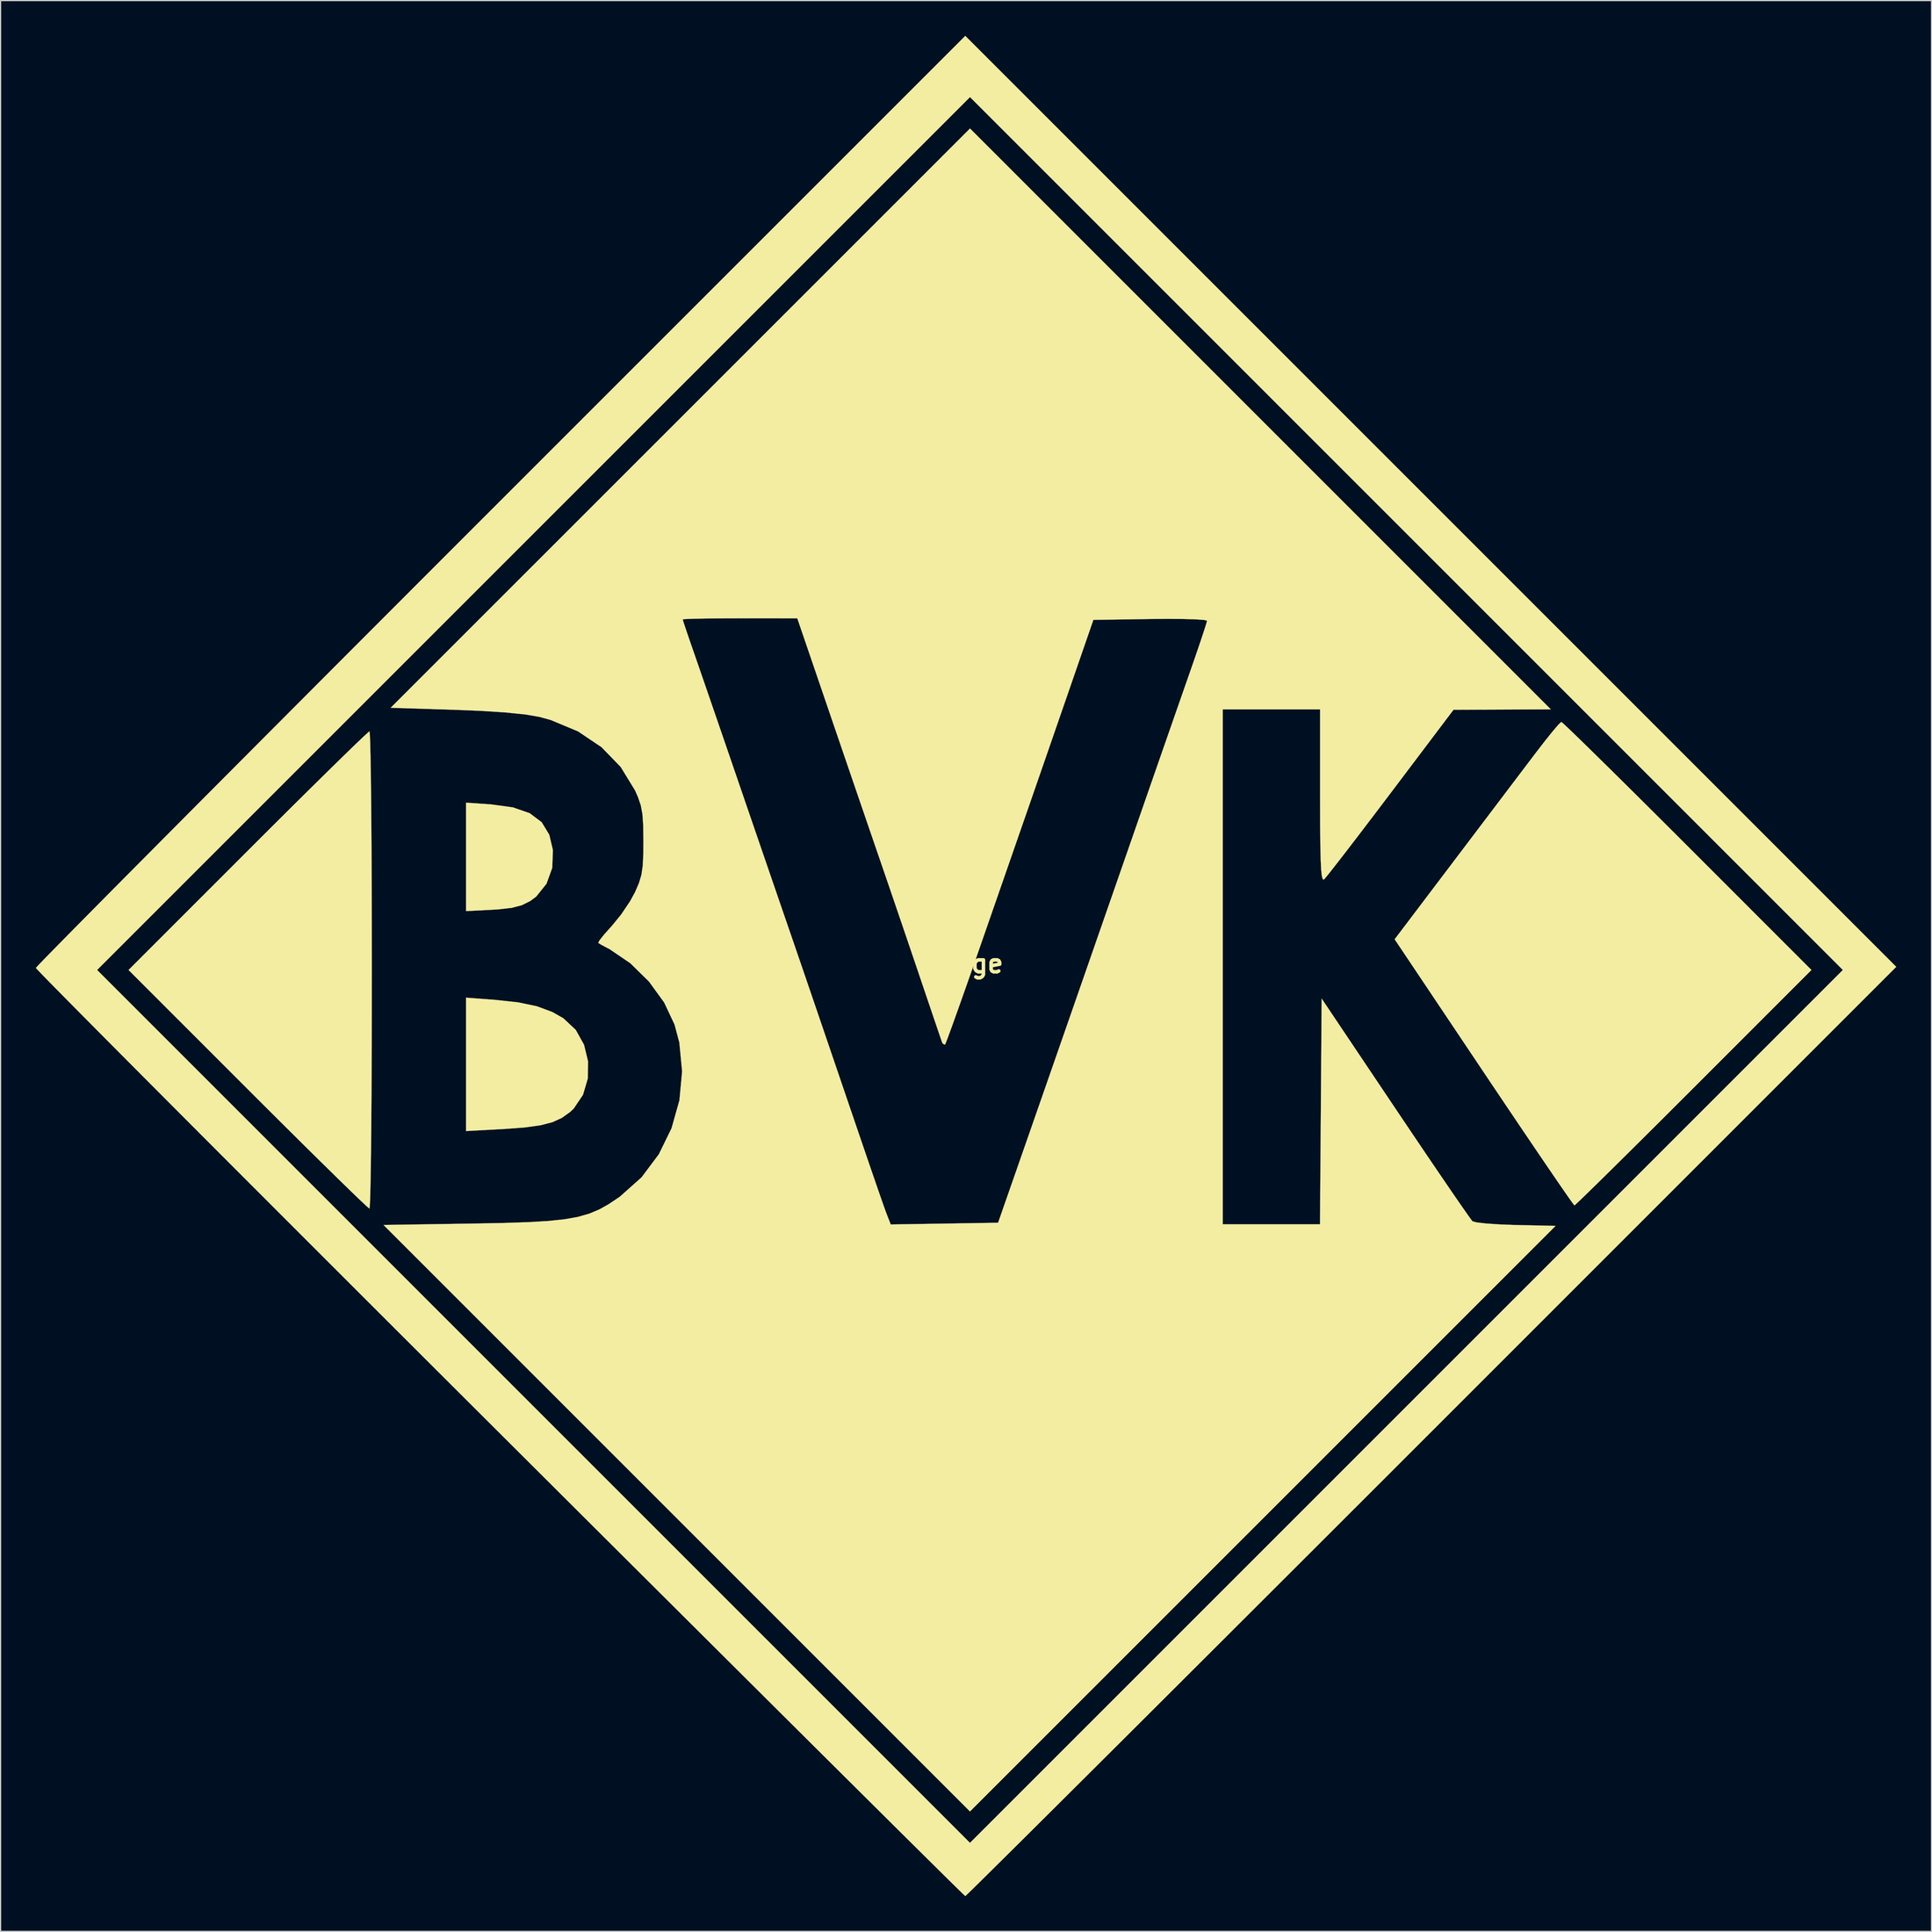
<source format=kicad_pcb>
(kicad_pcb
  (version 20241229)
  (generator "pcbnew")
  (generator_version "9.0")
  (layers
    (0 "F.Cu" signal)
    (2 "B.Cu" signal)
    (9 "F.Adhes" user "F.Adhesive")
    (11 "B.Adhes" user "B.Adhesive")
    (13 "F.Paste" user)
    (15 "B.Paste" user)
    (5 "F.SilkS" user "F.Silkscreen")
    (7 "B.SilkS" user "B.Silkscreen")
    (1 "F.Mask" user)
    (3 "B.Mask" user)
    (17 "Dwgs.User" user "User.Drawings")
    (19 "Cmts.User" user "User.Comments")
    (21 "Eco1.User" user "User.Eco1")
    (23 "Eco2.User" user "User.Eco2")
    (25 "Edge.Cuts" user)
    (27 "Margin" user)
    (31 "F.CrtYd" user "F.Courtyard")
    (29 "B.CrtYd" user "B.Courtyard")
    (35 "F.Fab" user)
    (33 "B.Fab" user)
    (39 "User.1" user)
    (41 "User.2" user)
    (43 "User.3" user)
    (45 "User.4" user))
  (footprint "Badge"
    (layer "F.Cu")
    (at 78.879 79.012)
    (property "Reference" "Badge" (at 0 0 0) (layer "F.SilkS") (effects (font (size 1.524 1.524) (thickness 0.3))))
    (attr through_hole)
    (fp_poly (pts (xy -40.137 -13.568) (xy -38.255 -13.312) (xy -36.825 -12.816) (xy -35.805 -12.05) (xy -35.157 -10.984) (xy -34.848 -9.679) (xy -34.901 -8.169) (xy -35.393 -6.808) (xy -36.272 -5.712) (xy -36.775 -5.34) (xy -37.488 -4.984) (xy -38.333 -4.76) (xy -39.479 -4.628) (xy -40.018 -4.595) (xy -42.244 -4.478) (xy -42.244 -13.712) (xy -40.137 -13.568)) (stroke (width 0.01) (type solid)) (fill yes) (layer "F.SilkS"))
    (fp_poly (pts (xy -39.795 3.076) (xy -37.796 3.293) (xy -36.204 3.627) (xy -34.9 4.112) (xy -33.962 4.643) (xy -32.902 5.636) (xy -32.196 6.904) (xy -31.852 8.328) (xy -31.879 9.787) (xy -32.285 11.164) (xy -33.078 12.34) (xy -33.393 12.635) (xy -34.086 13.13) (xy -34.886 13.495) (xy -35.894 13.757) (xy -37.216 13.941) (xy -38.953 14.072) (xy -39.236 14.088) (xy -42.244 14.25) (xy -42.244 2.893) (xy -39.795 3.076)) (stroke (width 0.01) (type solid)) (fill yes) (layer "F.SilkS"))
    (fp_poly (pts (xy -50.435 -19.525) (xy -50.404 -18.771) (xy -50.376 -17.564) (xy -50.349 -15.945) (xy -50.326 -13.956) (xy -50.306 -11.638) (xy -50.289 -9.032) (xy -50.277 -6.178) (xy -50.269 -3.117) (xy -50.265 0.108) (xy -50.265 0.535) (xy -50.268 3.779) (xy -50.275 6.862) (xy -50.287 9.745) (xy -50.303 12.386) (xy -50.323 14.744) (xy -50.346 16.778) (xy -50.372 18.446) (xy -50.4 19.709) (xy -50.431 20.524) (xy -50.463 20.85) (xy -50.467 20.855) (xy -50.689 20.671) (xy -51.253 20.143) (xy -52.123 19.305) (xy -53.265 18.192) (xy -54.642 16.839) (xy -56.22 15.28) (xy -57.964 13.55) (xy -59.837 11.683) (xy -60.826 10.695) (xy -70.984 0.535) (xy -60.826 -9.625) (xy -58.901 -11.548) (xy -57.087 -13.352) (xy -55.42 -15.002) (xy -53.937 -16.464) (xy -52.671 -17.703) (xy -51.658 -18.685) (xy -50.935 -19.374) (xy -50.535 -19.737) (xy -50.467 -19.785) (xy -50.435 -19.525)) (stroke (width 0.01) (type solid)) (fill yes) (layer "F.SilkS"))
    (fp_poly (pts (xy 51.24 -20.404) (xy 51.8 -19.875) (xy 52.669 -19.035) (xy 53.811 -17.919) (xy 55.192 -16.559) (xy 56.778 -14.99) (xy 58.534 -13.247) (xy 60.425 -11.362) (xy 61.762 -10.026) (xy 72.321 0.535) (xy 62.297 10.561) (xy 60.386 12.47) (xy 58.59 14.259) (xy 56.943 15.895) (xy 55.481 17.341) (xy 54.239 18.564) (xy 53.253 19.529) (xy 52.558 20.2) (xy 52.189 20.543) (xy 52.138 20.581) (xy 51.968 20.364) (xy 51.529 19.744) (xy 50.85 18.763) (xy 49.96 17.463) (xy 48.887 15.884) (xy 47.659 14.07) (xy 46.305 12.061) (xy 44.853 9.9) (xy 44.416 9.248) (xy 36.829 -2.079) (xy 41.86 -8.726) (xy 43.219 -10.522) (xy 44.577 -12.315) (xy 45.871 -14.025) (xy 47.04 -15.569) (xy 48.022 -16.866) (xy 48.756 -17.834) (xy 48.867 -17.981) (xy 49.639 -18.981) (xy 50.301 -19.804) (xy 50.783 -20.367) (xy 51.019 -20.587) (xy 51.023 -20.587) (xy 51.24 -20.404)) (stroke (width 0.01) (type solid)) (fill yes) (layer "F.SilkS"))
    (fp_poly (pts (xy 39.905 -39.37) (xy 79.542 0.267) (xy 39.972 39.838) (xy 36.131 43.678) (xy 32.391 47.416) (xy 28.769 51.035) (xy 25.282 54.517) (xy 21.948 57.845) (xy 18.785 61.002) (xy 15.81 63.969) (xy 13.041 66.73) (xy 10.495 69.266) (xy 8.19 71.561) (xy 6.143 73.597) (xy 4.372 75.356) (xy 2.895 76.821) (xy 1.729 77.974) (xy 0.891 78.798) (xy 0.4 79.275) (xy 0.268 79.396) (xy 0.068 79.209) (xy -0.492 78.661) (xy -1.396 77.771) (xy -2.625 76.556) (xy -4.162 75.033) (xy -5.99 73.22) (xy -8.091 71.134) (xy -10.446 68.793) (xy -13.04 66.214) (xy -15.853 63.416) (xy -18.868 60.414) (xy -22.069 57.228) (xy -25.436 53.874) (xy -28.953 50.37) (xy -32.602 46.734) (xy -36.365 42.982) (xy -39.37 39.985) (xy -43.21 36.155) (xy -46.948 32.424) (xy -50.566 28.81) (xy -54.048 25.33) (xy -57.375 22.003) (xy -60.531 18.846) (xy -63.497 15.876) (xy -66.255 13.111) (xy -68.789 10.569) (xy -71.081 8.267) (xy -73.113 6.223) (xy -74.867 4.455) (xy -76.327 2.98) (xy -77.474 1.816) (xy -78.291 0.98) (xy -78.718 0.534) (xy -73.66 0.534) (xy 0.668 74.863) (xy 74.996 0.535) (xy 0.669 -73.794) (xy -73.66 0.534) (xy -78.718 0.534) (xy -78.76 0.491) (xy -78.874 0.36) (xy -78.687 0.152) (xy -78.14 -0.417) (xy -77.25 -1.328) (xy -76.034 -2.564) (xy -74.509 -4.108) (xy -72.694 -5.941) (xy -70.605 -8.047) (xy -68.261 -10.407) (xy -65.678 -13.004) (xy -62.874 -15.821) (xy -59.868 -18.839) (xy -56.675 -22.042) (xy -53.315 -25.411) (xy -49.803 -28.929) (xy -46.159 -32.578) (xy -42.399 -36.341) (xy -39.303 -39.437) (xy 0.268 -79.007) (xy 39.905 -39.37)) (stroke (width 0.01) (type solid)) (fill yes) (layer "F.SilkS"))
    (fp_poly (pts (xy 25.4 -46.388) (xy 50.13 -21.657) (xy 45.987 -21.64) (xy 41.843 -21.624) (xy 36.496 -14.54) (xy 35.203 -12.833) (xy 34.003 -11.256) (xy 32.936 -9.863) (xy 32.042 -8.706) (xy 31.362 -7.837) (xy 30.936 -7.308) (xy 30.814 -7.172) (xy 30.713 -7.183) (xy 30.633 -7.444) (xy 30.572 -8.001) (xy 30.529 -8.901) (xy 30.501 -10.191) (xy 30.485 -11.919) (xy 30.48 -14.131) (xy 30.48 -14.271) (xy 30.48 -21.657) (xy 22.192 -21.657) (xy 22.192 22.192) (xy 30.473 22.192) (xy 30.544 12.58) (xy 30.614 2.969) (xy 36.897 12.335) (xy 38.244 14.338) (xy 39.505 16.206) (xy 40.648 17.89) (xy 41.641 19.345) (xy 42.451 20.521) (xy 43.046 21.373) (xy 43.393 21.852) (xy 43.465 21.938) (xy 43.828 22.033) (xy 44.614 22.123) (xy 45.711 22.197) (xy 47.006 22.247) (xy 47.142 22.25) (xy 50.535 22.325) (xy 25.601 47.257) (xy 0.667 72.189) (xy -49.273 22.247) (xy -41.681 22.129) (xy -39.1 22.08) (xy -36.984 22.011) (xy -35.261 21.91) (xy -33.861 21.764) (xy -32.714 21.56) (xy -31.749 21.284) (xy -30.895 20.925) (xy -30.082 20.468) (xy -29.239 19.902) (xy -29.126 19.821) (xy -27.297 18.19) (xy -25.827 16.226) (xy -24.744 14.011) (xy -24.074 11.631) (xy -23.844 9.17) (xy -24.081 6.711) (xy -24.49 5.179) (xy -25.373 3.304) (xy -26.669 1.518) (xy -28.26 -0.042) (xy -30.025 -1.241) (xy -30.213 -1.338) (xy -30.737 -1.616) (xy -30.988 -1.77) (xy -30.874 -1.995) (xy -30.474 -2.498) (xy -29.871 -3.172) (xy -29.833 -3.213) (xy -29.031 -4.194) (xy -28.273 -5.324) (xy -27.854 -6.091) (xy -27.522 -6.861) (xy -27.311 -7.562) (xy -27.195 -8.354) (xy -27.147 -9.401) (xy -27.14 -10.427) (xy -27.157 -11.767) (xy -27.223 -12.735) (xy -27.364 -13.493) (xy -27.608 -14.202) (xy -27.857 -14.764) (xy -29.074 -16.752) (xy -30.708 -18.437) (xy -32.71 -19.783) (xy -35.032 -20.752) (xy -35.989 -21.015) (xy -37.187 -21.222) (xy -38.888 -21.396) (xy -41.057 -21.534) (xy -43.249 -21.622) (xy -48.664 -21.791) (xy -41.135 -29.32) (xy -23.796 -29.32) (xy -23.714 -29.044) (xy -23.493 -28.38) (xy -23.172 -27.443) (xy -22.965 -26.846) (xy -22.673 -26.007) (xy -22.237 -24.743) (xy -21.683 -23.137) (xy -21.041 -21.271) (xy -20.338 -19.227) (xy -19.603 -17.087) (xy -19.199 -15.908) (xy -18.418 -13.631) (xy -17.618 -11.3) (xy -16.834 -9.019) (xy -16.104 -6.892) (xy -15.462 -5.025) (xy -14.945 -3.52) (xy -14.791 -3.075) (xy -14.213 -1.394) (xy -13.524 0.616) (xy -12.785 2.776) (xy -12.057 4.908) (xy -11.497 6.551) (xy -10.428 9.687) (xy -9.519 12.355) (xy -8.755 14.593) (xy -8.124 16.44) (xy -7.612 17.932) (xy -7.206 19.11) (xy -6.894 20.01) (xy -6.661 20.672) (xy -6.496 21.132) (xy -6.384 21.43) (xy -6.372 21.462) (xy -6.079 22.204) (xy -1.51 22.131) (xy 3.06 22.058) (xy 4.227 18.716) (xy 5.287 15.681) (xy 6.501 12.2) (xy 7.849 8.333) (xy 9.31 4.139) (xy 10.863 -0.323) (xy 12.488 -4.992) (xy 14.164 -9.809) (xy 15.773 -14.438) (xy 16.478 -16.466) (xy 17.233 -18.633) (xy 17.984 -20.786) (xy 18.677 -22.771) (xy 19.259 -24.436) (xy 19.359 -24.722) (xy 19.854 -26.145) (xy 20.279 -27.393) (xy 20.606 -28.378) (xy 20.806 -29.013) (xy 20.855 -29.207) (xy 20.601 -29.272) (xy 19.898 -29.321) (xy 18.828 -29.352) (xy 17.475 -29.362) (xy 16.015 -29.35) (xy 11.175 -29.277) (xy 8.91 -22.726) (xy 8.217 -20.724) (xy 7.509 -18.677) (xy 6.827 -16.707) (xy 6.212 -14.934) (xy 5.707 -13.476) (xy 5.483 -12.834) (xy 5.096 -11.72) (xy 4.567 -10.198) (xy 3.93 -8.365) (xy 3.219 -6.318) (xy 2.467 -4.155) (xy 1.708 -1.972) (xy 1.497 -1.364) (xy 0.808 0.613) (xy 0.171 2.424) (xy -0.391 4.008) (xy -0.857 5.306) (xy -1.204 6.255) (xy -1.412 6.794) (xy -1.459 6.896) (xy -1.645 6.815) (xy -1.723 6.656) (xy -1.845 6.301) (xy -2.11 5.52) (xy -2.494 4.391) (xy -2.967 2.994) (xy -3.504 1.41) (xy -3.709 0.802) (xy -4.382 -1.181) (xy -5.114 -3.333) (xy -5.847 -5.482) (xy -6.522 -7.455) (xy -7.038 -8.957) (xy -7.512 -10.335) (xy -8.121 -12.11) (xy -8.827 -14.169) (xy -9.592 -16.402) (xy -10.378 -18.7) (xy -11.148 -20.951) (xy -11.274 -21.322) (xy -14.037 -29.408) (xy -18.916 -29.409) (xy -20.465 -29.405) (xy -21.811 -29.392) (xy -22.871 -29.373) (xy -23.56 -29.347) (xy -23.796 -29.32) (xy -41.135 -29.32) (xy -23.997 -46.455) (xy 0.67 -71.12) (xy 25.4 -46.388)) (stroke (width 0.01) (type solid)) (fill yes) (layer "F.SilkS")))
  (gr_rect
    (start -3 -3)
    (end 161.425 161.413)
    (stroke (width 0.1) (type default))
    (fill no)
    (layer "Edge.Cuts")))
</source>
